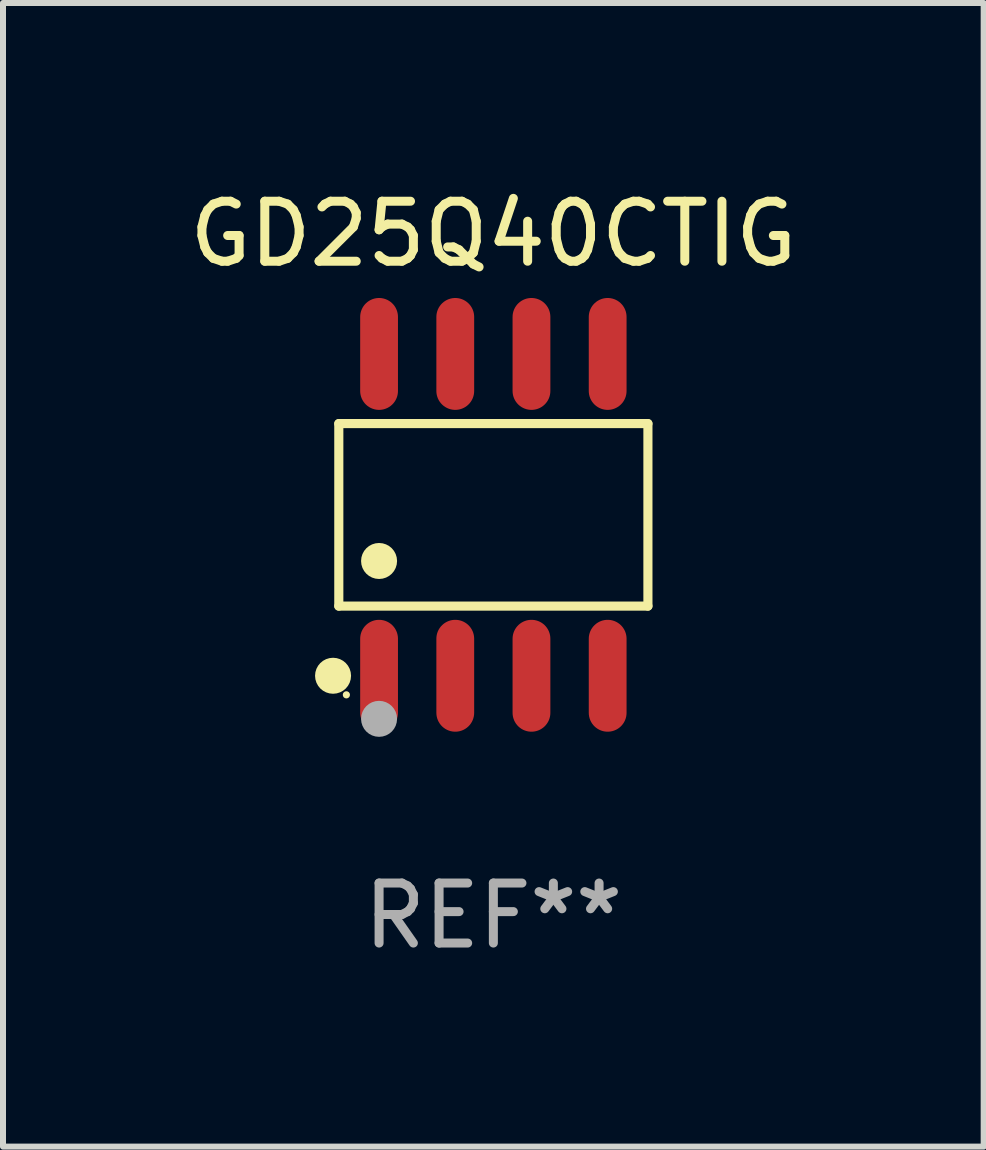
<source format=kicad_pcb>
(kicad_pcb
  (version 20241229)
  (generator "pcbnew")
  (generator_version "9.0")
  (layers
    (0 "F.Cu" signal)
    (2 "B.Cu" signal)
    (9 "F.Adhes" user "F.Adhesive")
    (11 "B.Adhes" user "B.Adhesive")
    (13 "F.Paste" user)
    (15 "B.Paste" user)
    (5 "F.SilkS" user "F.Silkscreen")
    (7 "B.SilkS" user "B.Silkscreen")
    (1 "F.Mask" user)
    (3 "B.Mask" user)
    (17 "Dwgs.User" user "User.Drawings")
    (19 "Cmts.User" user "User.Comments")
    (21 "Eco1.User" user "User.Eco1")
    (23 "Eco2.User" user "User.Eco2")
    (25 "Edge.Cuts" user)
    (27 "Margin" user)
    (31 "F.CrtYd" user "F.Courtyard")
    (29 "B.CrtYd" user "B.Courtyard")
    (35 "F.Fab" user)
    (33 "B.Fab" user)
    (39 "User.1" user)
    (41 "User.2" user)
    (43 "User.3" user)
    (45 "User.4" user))
  (footprint "GD25Q40CTIG"
    (layer "F.Cu")
    (at 5.173 5.531)
    (property "Reference" "GD25Q40CTIG" (at 0 -4.682 0) (layer "F.SilkS") (effects (font (size 1 1) (thickness 0.15))))
    (attr through_hole)
    (fp_line (start -2.576 -1.521) (end 2.576 -1.521) (stroke (width 0.152) (type solid)) (layer "F.SilkS"))
    (fp_line (start -2.576 1.521) (end -2.576 -1.521) (stroke (width 0.152) (type solid)) (layer "F.SilkS"))
    (fp_line (start 2.576 -1.521) (end 2.576 1.521) (stroke (width 0.152) (type solid)) (layer "F.SilkS"))
    (fp_line (start 2.576 1.521) (end -2.576 1.521) (stroke (width 0.152) (type solid)) (layer "F.SilkS"))
    (fp_circle (center -2.672 2.682) (end -2.522 2.682) (stroke (width 0.3) (type solid)) (fill no) (layer "F.SilkS"))
    (fp_circle (center -2.45 3) (end -2.42 3) (stroke (width 0.06) (type solid)) (fill no) (layer "F.SilkS"))
    (fp_circle (center -1.905 0.769) (end -1.755 0.769) (stroke (width 0.3) (type solid)) (fill no) (layer "F.SilkS"))
    (fp_circle (center -1.905 3.4) (end -1.755 3.4) (stroke (width 0.3) (type solid)) (fill no) (layer "F.Fab"))
    (fp_text user "REF**" (at 0 6.682 0) (layer "F.Fab") (effects (font (size 1 1) (thickness 0.15))))
    (pad "1" smd oval (at -1.905 2.682) (size 0.63 1.865) (layers "F.Cu" "F.Mask" "F.Paste"))
    (pad "2" smd oval (at -0.635 2.682) (size 0.63 1.865) (layers "F.Cu" "F.Mask" "F.Paste"))
    (pad "3" smd oval (at 0.635 2.682) (size 0.63 1.865) (layers "F.Cu" "F.Mask" "F.Paste"))
    (pad "4" smd oval (at 1.905 2.682) (size 0.63 1.865) (layers "F.Cu" "F.Mask" "F.Paste"))
    (pad "5" smd oval (at 1.905 -2.682) (size 0.63 1.865) (layers "F.Cu" "F.Mask" "F.Paste"))
    (pad "6" smd oval (at 0.635 -2.682) (size 0.63 1.865) (layers "F.Cu" "F.Mask" "F.Paste"))
    (pad "7" smd oval (at -0.635 -2.682) (size 0.63 1.865) (layers "F.Cu" "F.Mask" "F.Paste"))
    (pad "8" smd oval (at -1.905 -2.682) (size 0.63 1.865) (layers "F.Cu" "F.Mask" "F.Paste")))
  (gr_rect
    (start -3 -3)
    (end 13.345 16.061)
    (stroke (width 0.1) (type default))
    (fill no)
    (layer "Edge.Cuts")))
</source>
